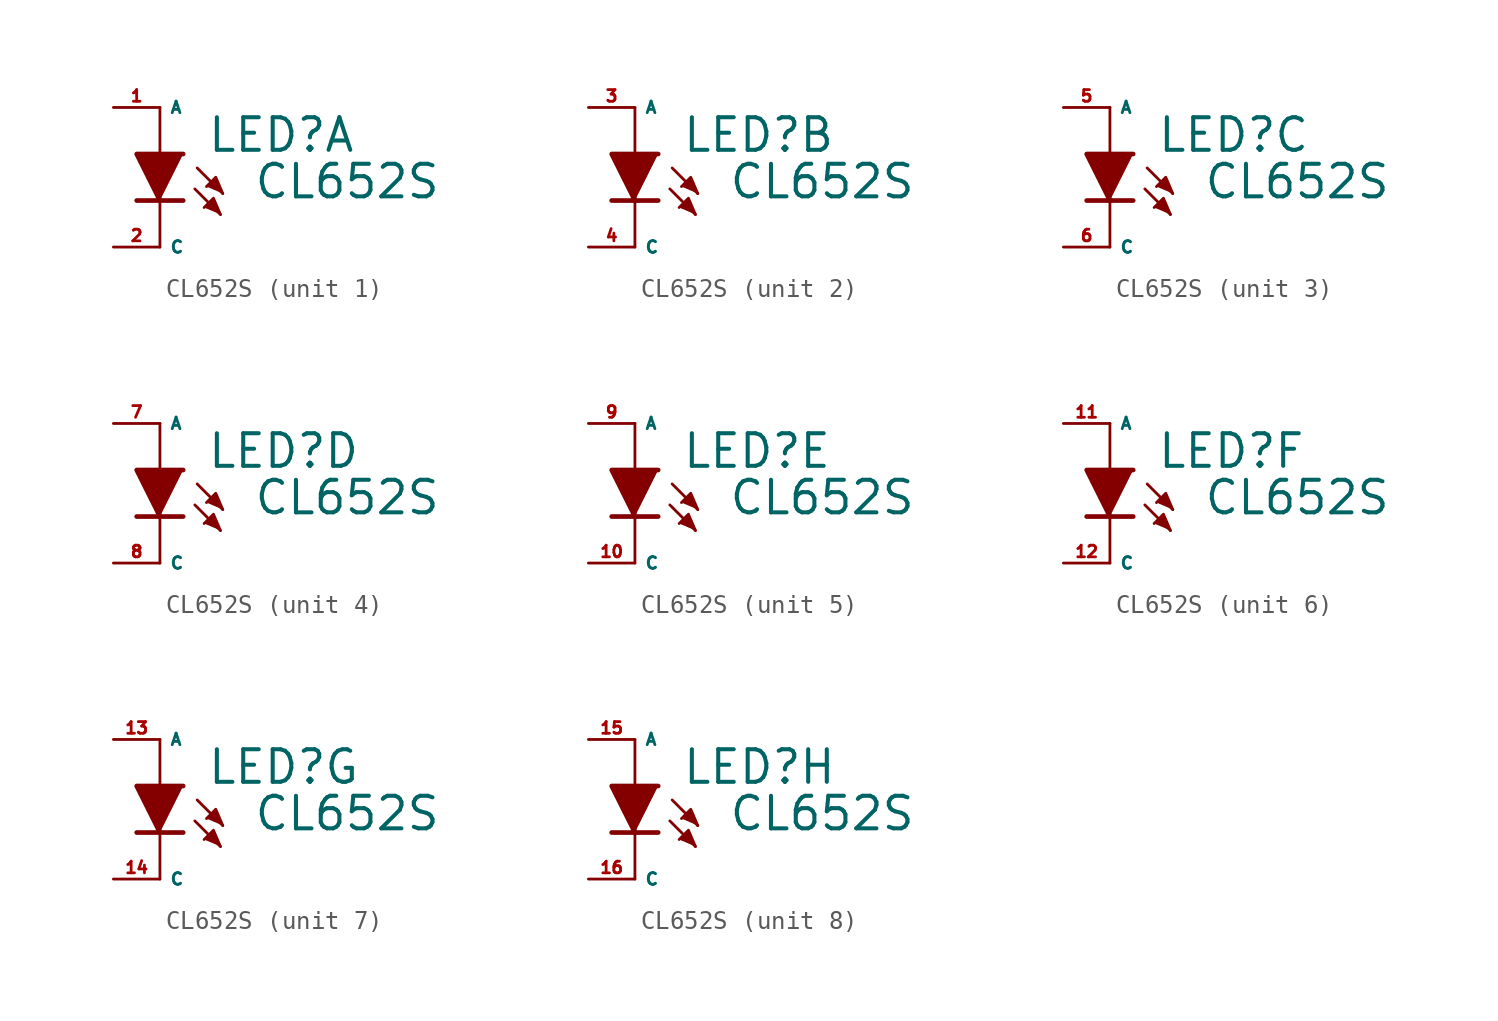
<source format=kicad_sym>
(kicad_symbol_lib
  (version 20220914)
  (generator Eagle2Kicad)
  (symbol "CL652S"
    (property "Reference" "LED"
      (at 2.54 2.54 0)
      (effects (font (size 1.778 1.778) (thickness 0.22)) (justify left bottom)))
    (property "Value" "CL652S"
      (at 5.08 0 0)
      (effects (font (size 1.778 1.778) (thickness 0.22)) (justify left bottom)))
    (symbol "CL652S_1_0"
      (polyline (pts (xy 3.429 0.381) (xy 3.048 1.27) (xy 2.54 0.762)) (stroke (width 0.152) (type default)) (fill (type outline)))
      (polyline (pts (xy 3.302 -0.762) (xy 2.921 0.127) (xy 2.413 -0.381)) (stroke (width 0.152) (type default)) (fill (type outline)))
      (polyline (pts (xy 0 0) (xy -1.27 2.54) (xy 1.27 2.54)) (stroke (width 0.254) (type default)) (fill (type outline)))
      (polyline (pts (xy 1.27 0) (xy 0 0)) (stroke (width 0.254) (type default)) (fill (type none)))
      (polyline (pts (xy 0 0) (xy -1.27 0)) (stroke (width 0.254) (type default)) (fill (type none)))
      (polyline (pts (xy 2.032 1.778) (xy 3.429 0.381)) (stroke (width 0.152) (type default)) (fill (type none)))
      (polyline (pts (xy 1.905 0.635) (xy 3.302 -0.762)) (stroke (width 0.152) (type default)) (fill (type none)))
      (polyline (pts (xy 0 5.08) (xy 0 -2.54)) (stroke (width 0.152) (type default)) (fill (type none)))
      (pin passive line (at -2.54 -2.54 0) (length 2.54) (name "C" (effects (font (size 0.635 0.635) (thickness 0.08)) (justify left bottom))) (number "2" (effects (font (size 0.635 0.635) (thickness 0.08)) (justify left bottom))))
      (pin passive line (at -2.54 5.08 0) (length 2.54) (name "A" (effects (font (size 0.635 0.635) (thickness 0.08)) (justify left bottom))) (number "1" (effects (font (size 0.635 0.635) (thickness 0.08)) (justify left bottom)))))
    (symbol "CL652S_2_0"
      (polyline (pts (xy 3.429 0.381) (xy 3.048 1.27) (xy 2.54 0.762)) (stroke (width 0.152) (type default)) (fill (type outline)))
      (polyline (pts (xy 3.302 -0.762) (xy 2.921 0.127) (xy 2.413 -0.381)) (stroke (width 0.152) (type default)) (fill (type outline)))
      (polyline (pts (xy 0 0) (xy -1.27 2.54) (xy 1.27 2.54)) (stroke (width 0.254) (type default)) (fill (type outline)))
      (polyline (pts (xy 1.27 0) (xy 0 0)) (stroke (width 0.254) (type default)) (fill (type none)))
      (polyline (pts (xy 0 0) (xy -1.27 0)) (stroke (width 0.254) (type default)) (fill (type none)))
      (polyline (pts (xy 2.032 1.778) (xy 3.429 0.381)) (stroke (width 0.152) (type default)) (fill (type none)))
      (polyline (pts (xy 1.905 0.635) (xy 3.302 -0.762)) (stroke (width 0.152) (type default)) (fill (type none)))
      (polyline (pts (xy 0 5.08) (xy 0 -2.54)) (stroke (width 0.152) (type default)) (fill (type none)))
      (pin passive line (at -2.54 -2.54 0) (length 2.54) (name "C" (effects (font (size 0.635 0.635) (thickness 0.08)) (justify left bottom))) (number "4" (effects (font (size 0.635 0.635) (thickness 0.08)) (justify left bottom))))
      (pin passive line (at -2.54 5.08 0) (length 2.54) (name "A" (effects (font (size 0.635 0.635) (thickness 0.08)) (justify left bottom))) (number "3" (effects (font (size 0.635 0.635) (thickness 0.08)) (justify left bottom)))))
    (symbol "CL652S_3_0"
      (polyline (pts (xy 3.429 0.381) (xy 3.048 1.27) (xy 2.54 0.762)) (stroke (width 0.152) (type default)) (fill (type outline)))
      (polyline (pts (xy 3.302 -0.762) (xy 2.921 0.127) (xy 2.413 -0.381)) (stroke (width 0.152) (type default)) (fill (type outline)))
      (polyline (pts (xy 0 0) (xy -1.27 2.54) (xy 1.27 2.54)) (stroke (width 0.254) (type default)) (fill (type outline)))
      (polyline (pts (xy 1.27 0) (xy 0 0)) (stroke (width 0.254) (type default)) (fill (type none)))
      (polyline (pts (xy 0 0) (xy -1.27 0)) (stroke (width 0.254) (type default)) (fill (type none)))
      (polyline (pts (xy 2.032 1.778) (xy 3.429 0.381)) (stroke (width 0.152) (type default)) (fill (type none)))
      (polyline (pts (xy 1.905 0.635) (xy 3.302 -0.762)) (stroke (width 0.152) (type default)) (fill (type none)))
      (polyline (pts (xy 0 5.08) (xy 0 -2.54)) (stroke (width 0.152) (type default)) (fill (type none)))
      (pin passive line (at -2.54 -2.54 0) (length 2.54) (name "C" (effects (font (size 0.635 0.635) (thickness 0.08)) (justify left bottom))) (number "6" (effects (font (size 0.635 0.635) (thickness 0.08)) (justify left bottom))))
      (pin passive line (at -2.54 5.08 0) (length 2.54) (name "A" (effects (font (size 0.635 0.635) (thickness 0.08)) (justify left bottom))) (number "5" (effects (font (size 0.635 0.635) (thickness 0.08)) (justify left bottom)))))
    (symbol "CL652S_4_0"
      (polyline (pts (xy 3.429 0.381) (xy 3.048 1.27) (xy 2.54 0.762)) (stroke (width 0.152) (type default)) (fill (type outline)))
      (polyline (pts (xy 3.302 -0.762) (xy 2.921 0.127) (xy 2.413 -0.381)) (stroke (width 0.152) (type default)) (fill (type outline)))
      (polyline (pts (xy 0 0) (xy -1.27 2.54) (xy 1.27 2.54)) (stroke (width 0.254) (type default)) (fill (type outline)))
      (polyline (pts (xy 1.27 0) (xy 0 0)) (stroke (width 0.254) (type default)) (fill (type none)))
      (polyline (pts (xy 0 0) (xy -1.27 0)) (stroke (width 0.254) (type default)) (fill (type none)))
      (polyline (pts (xy 2.032 1.778) (xy 3.429 0.381)) (stroke (width 0.152) (type default)) (fill (type none)))
      (polyline (pts (xy 1.905 0.635) (xy 3.302 -0.762)) (stroke (width 0.152) (type default)) (fill (type none)))
      (polyline (pts (xy 0 5.08) (xy 0 -2.54)) (stroke (width 0.152) (type default)) (fill (type none)))
      (pin passive line (at -2.54 -2.54 0) (length 2.54) (name "C" (effects (font (size 0.635 0.635) (thickness 0.08)) (justify left bottom))) (number "8" (effects (font (size 0.635 0.635) (thickness 0.08)) (justify left bottom))))
      (pin passive line (at -2.54 5.08 0) (length 2.54) (name "A" (effects (font (size 0.635 0.635) (thickness 0.08)) (justify left bottom))) (number "7" (effects (font (size 0.635 0.635) (thickness 0.08)) (justify left bottom)))))
    (symbol "CL652S_5_0"
      (polyline (pts (xy 3.429 0.381) (xy 3.048 1.27) (xy 2.54 0.762)) (stroke (width 0.152) (type default)) (fill (type outline)))
      (polyline (pts (xy 3.302 -0.762) (xy 2.921 0.127) (xy 2.413 -0.381)) (stroke (width 0.152) (type default)) (fill (type outline)))
      (polyline (pts (xy 0 0) (xy -1.27 2.54) (xy 1.27 2.54)) (stroke (width 0.254) (type default)) (fill (type outline)))
      (polyline (pts (xy 1.27 0) (xy 0 0)) (stroke (width 0.254) (type default)) (fill (type none)))
      (polyline (pts (xy 0 0) (xy -1.27 0)) (stroke (width 0.254) (type default)) (fill (type none)))
      (polyline (pts (xy 2.032 1.778) (xy 3.429 0.381)) (stroke (width 0.152) (type default)) (fill (type none)))
      (polyline (pts (xy 1.905 0.635) (xy 3.302 -0.762)) (stroke (width 0.152) (type default)) (fill (type none)))
      (polyline (pts (xy 0 5.08) (xy 0 -2.54)) (stroke (width 0.152) (type default)) (fill (type none)))
      (pin passive line (at -2.54 -2.54 0) (length 2.54) (name "C" (effects (font (size 0.635 0.635) (thickness 0.08)) (justify left bottom))) (number "10" (effects (font (size 0.635 0.635) (thickness 0.08)) (justify left bottom))))
      (pin passive line (at -2.54 5.08 0) (length 2.54) (name "A" (effects (font (size 0.635 0.635) (thickness 0.08)) (justify left bottom))) (number "9" (effects (font (size 0.635 0.635) (thickness 0.08)) (justify left bottom)))))
    (symbol "CL652S_6_0"
      (polyline (pts (xy 3.429 0.381) (xy 3.048 1.27) (xy 2.54 0.762)) (stroke (width 0.152) (type default)) (fill (type outline)))
      (polyline (pts (xy 3.302 -0.762) (xy 2.921 0.127) (xy 2.413 -0.381)) (stroke (width 0.152) (type default)) (fill (type outline)))
      (polyline (pts (xy 0 0) (xy -1.27 2.54) (xy 1.27 2.54)) (stroke (width 0.254) (type default)) (fill (type outline)))
      (polyline (pts (xy 1.27 0) (xy 0 0)) (stroke (width 0.254) (type default)) (fill (type none)))
      (polyline (pts (xy 0 0) (xy -1.27 0)) (stroke (width 0.254) (type default)) (fill (type none)))
      (polyline (pts (xy 2.032 1.778) (xy 3.429 0.381)) (stroke (width 0.152) (type default)) (fill (type none)))
      (polyline (pts (xy 1.905 0.635) (xy 3.302 -0.762)) (stroke (width 0.152) (type default)) (fill (type none)))
      (polyline (pts (xy 0 5.08) (xy 0 -2.54)) (stroke (width 0.152) (type default)) (fill (type none)))
      (pin passive line (at -2.54 -2.54 0) (length 2.54) (name "C" (effects (font (size 0.635 0.635) (thickness 0.08)) (justify left bottom))) (number "12" (effects (font (size 0.635 0.635) (thickness 0.08)) (justify left bottom))))
      (pin passive line (at -2.54 5.08 0) (length 2.54) (name "A" (effects (font (size 0.635 0.635) (thickness 0.08)) (justify left bottom))) (number "11" (effects (font (size 0.635 0.635) (thickness 0.08)) (justify left bottom)))))
    (symbol "CL652S_7_0"
      (polyline (pts (xy 3.429 0.381) (xy 3.048 1.27) (xy 2.54 0.762)) (stroke (width 0.152) (type default)) (fill (type outline)))
      (polyline (pts (xy 3.302 -0.762) (xy 2.921 0.127) (xy 2.413 -0.381)) (stroke (width 0.152) (type default)) (fill (type outline)))
      (polyline (pts (xy 0 0) (xy -1.27 2.54) (xy 1.27 2.54)) (stroke (width 0.254) (type default)) (fill (type outline)))
      (polyline (pts (xy 1.27 0) (xy 0 0)) (stroke (width 0.254) (type default)) (fill (type none)))
      (polyline (pts (xy 0 0) (xy -1.27 0)) (stroke (width 0.254) (type default)) (fill (type none)))
      (polyline (pts (xy 2.032 1.778) (xy 3.429 0.381)) (stroke (width 0.152) (type default)) (fill (type none)))
      (polyline (pts (xy 1.905 0.635) (xy 3.302 -0.762)) (stroke (width 0.152) (type default)) (fill (type none)))
      (polyline (pts (xy 0 5.08) (xy 0 -2.54)) (stroke (width 0.152) (type default)) (fill (type none)))
      (pin passive line (at -2.54 -2.54 0) (length 2.54) (name "C" (effects (font (size 0.635 0.635) (thickness 0.08)) (justify left bottom))) (number "14" (effects (font (size 0.635 0.635) (thickness 0.08)) (justify left bottom))))
      (pin passive line (at -2.54 5.08 0) (length 2.54) (name "A" (effects (font (size 0.635 0.635) (thickness 0.08)) (justify left bottom))) (number "13" (effects (font (size 0.635 0.635) (thickness 0.08)) (justify left bottom)))))
    (symbol "CL652S_8_0"
      (polyline (pts (xy 3.429 0.381) (xy 3.048 1.27) (xy 2.54 0.762)) (stroke (width 0.152) (type default)) (fill (type outline)))
      (polyline (pts (xy 3.302 -0.762) (xy 2.921 0.127) (xy 2.413 -0.381)) (stroke (width 0.152) (type default)) (fill (type outline)))
      (polyline (pts (xy 0 0) (xy -1.27 2.54) (xy 1.27 2.54)) (stroke (width 0.254) (type default)) (fill (type outline)))
      (polyline (pts (xy 1.27 0) (xy 0 0)) (stroke (width 0.254) (type default)) (fill (type none)))
      (polyline (pts (xy 0 0) (xy -1.27 0)) (stroke (width 0.254) (type default)) (fill (type none)))
      (polyline (pts (xy 2.032 1.778) (xy 3.429 0.381)) (stroke (width 0.152) (type default)) (fill (type none)))
      (polyline (pts (xy 1.905 0.635) (xy 3.302 -0.762)) (stroke (width 0.152) (type default)) (fill (type none)))
      (polyline (pts (xy 0 5.08) (xy 0 -2.54)) (stroke (width 0.152) (type default)) (fill (type none)))
      (pin passive line (at -2.54 -2.54 0) (length 2.54) (name "C" (effects (font (size 0.635 0.635) (thickness 0.08)) (justify left bottom))) (number "16" (effects (font (size 0.635 0.635) (thickness 0.08)) (justify left bottom))))
      (pin passive line (at -2.54 5.08 0) (length 2.54) (name "A" (effects (font (size 0.635 0.635) (thickness 0.08)) (justify left bottom))) (number "15" (effects (font (size 0.635 0.635) (thickness 0.08)) (justify left bottom)))))))
</source>
